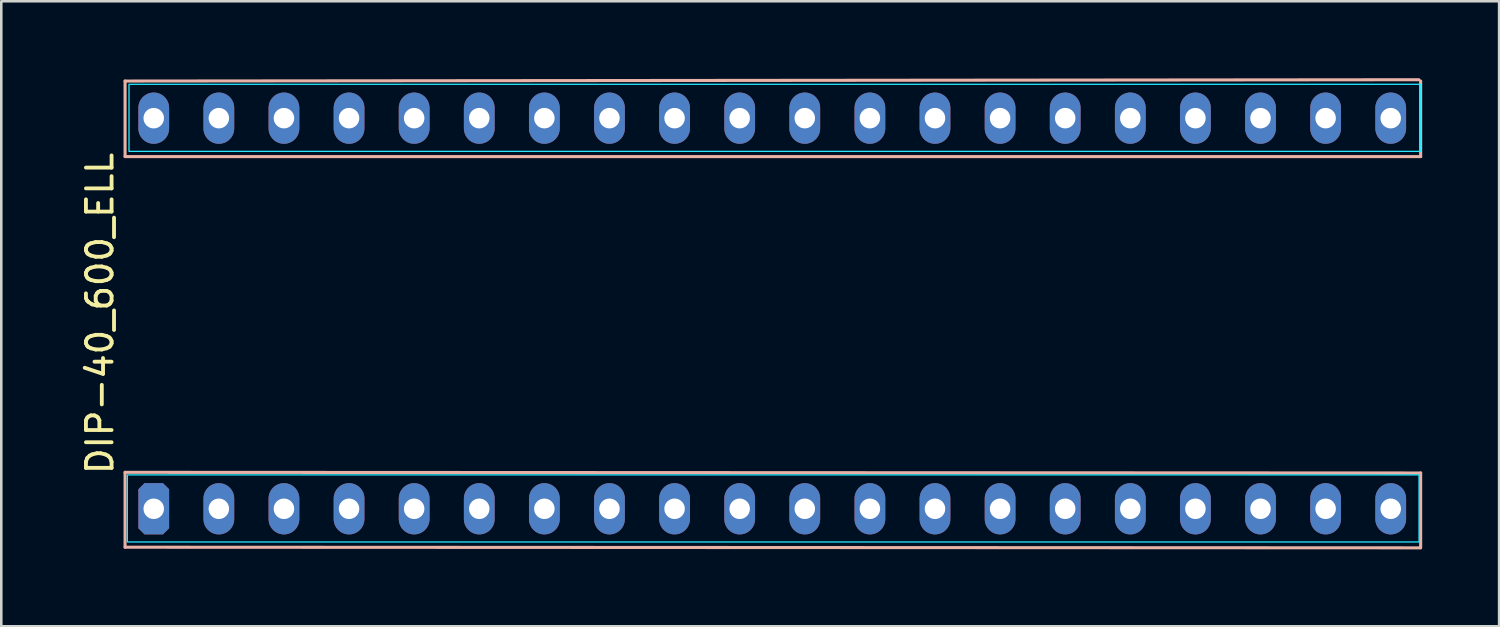
<source format=kicad_pcb>
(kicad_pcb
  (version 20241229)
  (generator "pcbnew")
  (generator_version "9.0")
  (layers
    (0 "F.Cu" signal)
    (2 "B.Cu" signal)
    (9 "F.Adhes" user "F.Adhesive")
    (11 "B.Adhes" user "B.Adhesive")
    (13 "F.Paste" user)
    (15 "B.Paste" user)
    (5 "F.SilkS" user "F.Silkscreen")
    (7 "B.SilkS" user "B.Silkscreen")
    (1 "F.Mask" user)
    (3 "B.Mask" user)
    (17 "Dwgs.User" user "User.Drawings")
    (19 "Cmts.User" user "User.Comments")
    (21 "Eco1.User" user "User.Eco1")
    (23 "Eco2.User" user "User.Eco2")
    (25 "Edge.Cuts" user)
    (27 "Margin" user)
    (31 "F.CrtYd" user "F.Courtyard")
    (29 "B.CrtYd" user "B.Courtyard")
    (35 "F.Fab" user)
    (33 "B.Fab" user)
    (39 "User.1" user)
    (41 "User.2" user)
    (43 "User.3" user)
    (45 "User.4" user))
  (footprint "DIP-40_600_ELL"
    (layer "F.Cu")
    (at 27.078 9.18)
    (property "Reference" "DIP-40_600_ELL" (at -26.23 0 90) (layer "F.SilkS") (effects (font (size 1 1) (thickness 0.15))))
    (fp_line (start -25.248 -9.068) (end -25.248 -6.121) (stroke (width 0.12) (type solid)) (layer "B.SilkS"))
    (fp_line (start -25.248 6.198) (end -25.248 9.119) (stroke (width 0.12) (type solid)) (layer "B.SilkS"))
    (fp_line (start 25.23 -9.12) (end -25.248 -9.068) (stroke (width 0.12) (type solid)) (layer "B.SilkS"))
    (fp_line (start 25.273 9.144) (end -25.248 9.119) (stroke (width 0.12) (type solid)) (layer "B.SilkS"))
    (fp_line (start 25.298 -9.068) (end 25.298 -6.121) (stroke (width 0.12) (type solid)) (layer "B.SilkS"))
    (fp_line (start 25.298 -6.121) (end -25.248 -6.121) (stroke (width 0.12) (type solid)) (layer "B.SilkS"))
    (fp_line (start 25.298 6.223) (end -25.248 6.198) (stroke (width 0.12) (type solid)) (layer "B.SilkS"))
    (fp_line (start 25.298 9.144) (end 25.298 6.223) (stroke (width 0.12) (type solid)) (layer "B.SilkS"))
    (fp_rect (start 25.235 6.299) (end -25.159 8.915) (stroke (width 0.05) (type solid)) (fill no) (layer "B.CrtYd"))
    (fp_rect (start 25.298 -8.941) (end -25.095 -6.325) (stroke (width 0.05) (type solid)) (fill no) (layer "B.CrtYd"))
    (pad "1" thru_hole roundrect (at -24.13 7.62) (size 1.2 2) (drill 0.8) (layers "*.Cu" "*.Mask") (roundrect_rratio 0) (chamfer_ratio 0.2) (chamfer top_left top_right bottom_left bottom_right))
    (pad "2" thru_hole oval (at -21.59 7.62) (size 1.2 2) (drill 0.8) (layers "*.Cu" "*.Mask"))
    (pad "3" thru_hole oval (at -19.05 7.62) (size 1.2 2) (drill 0.8) (layers "*.Cu" "*.Mask"))
    (pad "4" thru_hole oval (at -16.51 7.62) (size 1.2 2) (drill 0.8) (layers "*.Cu" "*.Mask"))
    (pad "5" thru_hole oval (at -13.97 7.62) (size 1.2 2) (drill 0.8) (layers "*.Cu" "*.Mask"))
    (pad "6" thru_hole oval (at -11.43 7.62) (size 1.2 2) (drill 0.8) (layers "*.Cu" "*.Mask"))
    (pad "7" thru_hole oval (at -8.89 7.62) (size 1.2 2) (drill 0.8) (layers "*.Cu" "*.Mask"))
    (pad "8" thru_hole oval (at -6.35 7.62) (size 1.2 2) (drill 0.8) (layers "*.Cu" "*.Mask"))
    (pad "9" thru_hole oval (at -3.81 7.62) (size 1.2 2) (drill 0.8) (layers "*.Cu" "*.Mask"))
    (pad "10" thru_hole oval (at -1.27 7.62) (size 1.2 2) (drill 0.8) (layers "*.Cu" "*.Mask"))
    (pad "11" thru_hole oval (at 1.27 7.62) (size 1.2 2) (drill 0.8) (layers "*.Cu" "*.Mask"))
    (pad "12" thru_hole oval (at 3.81 7.62) (size 1.2 2) (drill 0.8) (layers "*.Cu" "*.Mask"))
    (pad "13" thru_hole oval (at 6.35 7.62) (size 1.2 2) (drill 0.8) (layers "*.Cu" "*.Mask"))
    (pad "14" thru_hole oval (at 8.89 7.62) (size 1.2 2) (drill 0.8) (layers "*.Cu" "*.Mask"))
    (pad "15" thru_hole oval (at 11.43 7.62) (size 1.2 2) (drill 0.8) (layers "*.Cu" "*.Mask"))
    (pad "16" thru_hole oval (at 13.97 7.62) (size 1.2 2) (drill 0.8) (layers "*.Cu" "*.Mask"))
    (pad "17" thru_hole oval (at 16.51 7.62) (size 1.2 2) (drill 0.8) (layers "*.Cu" "*.Mask"))
    (pad "18" thru_hole oval (at 19.05 7.62) (size 1.2 2) (drill 0.8) (layers "*.Cu" "*.Mask"))
    (pad "19" thru_hole oval (at 21.59 7.62) (size 1.2 2) (drill 0.8) (layers "*.Cu" "*.Mask"))
    (pad "20" thru_hole oval (at 24.13 7.62) (size 1.2 2) (drill 0.8) (layers "*.Cu" "*.Mask"))
    (pad "21" thru_hole oval (at 24.13 -7.62) (size 1.2 2) (drill 0.8) (layers "*.Cu" "*.Mask"))
    (pad "22" thru_hole oval (at 21.59 -7.62) (size 1.2 2) (drill 0.8) (layers "*.Cu" "*.Mask"))
    (pad "23" thru_hole oval (at 19.05 -7.62) (size 1.2 2) (drill 0.8) (layers "*.Cu" "*.Mask"))
    (pad "24" thru_hole oval (at 16.51 -7.62) (size 1.2 2) (drill 0.8) (layers "*.Cu" "*.Mask"))
    (pad "25" thru_hole oval (at 13.97 -7.62) (size 1.2 2) (drill 0.8) (layers "*.Cu" "*.Mask"))
    (pad "26" thru_hole oval (at 11.43 -7.62) (size 1.2 2) (drill 0.8) (layers "*.Cu" "*.Mask"))
    (pad "27" thru_hole oval (at 8.89 -7.62) (size 1.2 2) (drill 0.8) (layers "*.Cu" "*.Mask"))
    (pad "28" thru_hole oval (at 6.35 -7.62) (size 1.2 2) (drill 0.8) (layers "*.Cu" "*.Mask"))
    (pad "29" thru_hole oval (at 3.81 -7.62) (size 1.2 2) (drill 0.8) (layers "*.Cu" "*.Mask"))
    (pad "30" thru_hole oval (at 1.27 -7.62) (size 1.2 2) (drill 0.8) (layers "*.Cu" "*.Mask"))
    (pad "31" thru_hole oval (at -1.27 -7.62) (size 1.2 2) (drill 0.8) (layers "*.Cu" "*.Mask"))
    (pad "32" thru_hole oval (at -3.81 -7.62) (size 1.2 2) (drill 0.8) (layers "*.Cu" "*.Mask"))
    (pad "33" thru_hole oval (at -6.35 -7.62) (size 1.2 2) (drill 0.8) (layers "*.Cu" "*.Mask"))
    (pad "34" thru_hole oval (at -8.89 -7.62) (size 1.2 2) (drill 0.8) (layers "*.Cu" "*.Mask"))
    (pad "35" thru_hole oval (at -11.43 -7.62) (size 1.2 2) (drill 0.8) (layers "*.Cu" "*.Mask"))
    (pad "36" thru_hole oval (at -13.97 -7.62) (size 1.2 2) (drill 0.8) (layers "*.Cu" "*.Mask"))
    (pad "37" thru_hole oval (at -16.51 -7.62) (size 1.2 2) (drill 0.8) (layers "*.Cu" "*.Mask"))
    (pad "38" thru_hole oval (at -19.05 -7.62) (size 1.2 2) (drill 0.8) (layers "*.Cu" "*.Mask"))
    (pad "39" thru_hole oval (at -21.59 -7.62) (size 1.2 2) (drill 0.8) (layers "*.Cu" "*.Mask"))
    (pad "40" thru_hole oval (at -24.13 -7.62) (size 1.2 2) (drill 0.8) (layers "*.Cu" "*.Mask")))
  (gr_rect
    (start -3 -3)
    (end 55.437 21.384)
    (stroke (width 0.1) (type default))
    (fill no)
    (layer "Edge.Cuts")))
</source>
